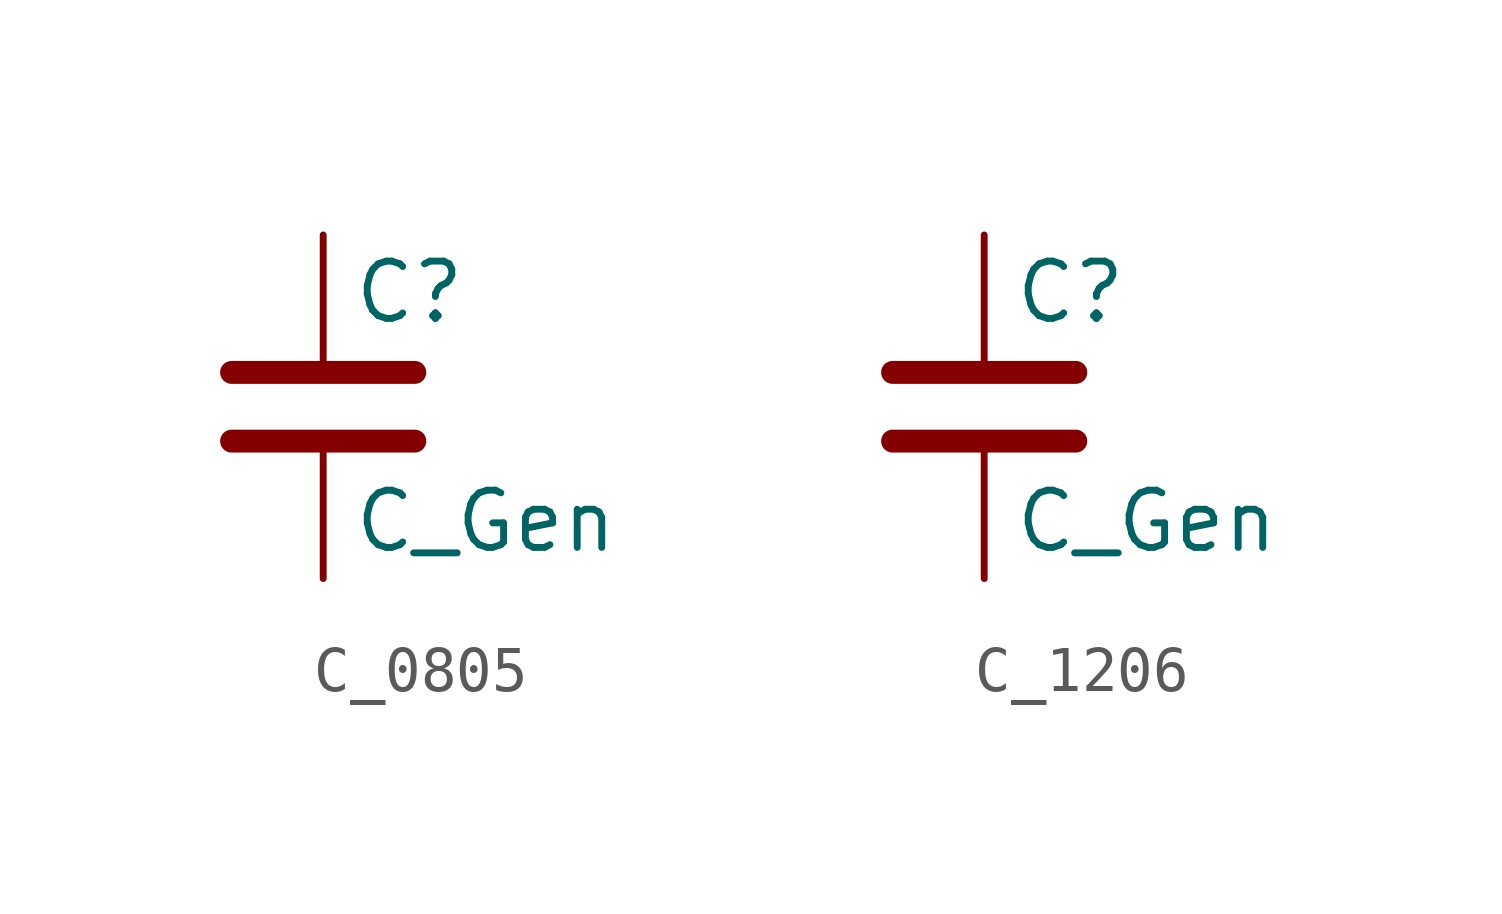
<source format=kicad_sym>
(kicad_symbol_lib
  (version 20241209)
  (generator "kicad_symbol_editor")
  (generator_version "9.0")
  (symbol "C_0805"
    (pin_numbers
      (hide yes))
    (pin_names
      (offset 0.254))
    (property "Reference" "C"
      (at 0.635 2.54 0)
      (effects (font (size 1.27 1.27)) (justify left)))
    (property "Value" "C_Gen"
      (at 0.635 -2.54 0)
      (effects (font (size 1.27 1.27)) (justify left)))
    (symbol "C_0805_0_1"
      (polyline (pts (xy -2.032 0.762) (xy 2.032 0.762)) (stroke (width 0.508) (type default)) (fill (type none)))
      (polyline (pts (xy -2.032 -0.762) (xy 2.032 -0.762)) (stroke (width 0.508) (type default)) (fill (type none))))
    (symbol "C_0805_1_1"
      (pin passive line (at 0 3.81 270) (length 2.794) (name "~" (effects (font (size 1.27 1.27)))) (number "1" (effects (font (size 1.27 1.27)))))
      (pin passive line (at 0 -3.81 90) (length 2.794) (name "~" (effects (font (size 1.27 1.27)))) (number "2" (effects (font (size 1.27 1.27)))))))
  (symbol "C_1206"
    (pin_numbers
      (hide yes))
    (pin_names
      (offset 0.254))
    (property "Reference" "C"
      (at 0.635 2.54 0)
      (effects (font (size 1.27 1.27)) (justify left)))
    (property "Value" "C_Gen"
      (at 0.635 -2.54 0)
      (effects (font (size 1.27 1.27)) (justify left)))
    (property "Field5" ""
      (at 0 0 0)
      (effects (font (size 1.27 1.27))))
    (symbol "C_1206_0_1"
      (polyline (pts (xy -2.032 0.762) (xy 2.032 0.762)) (stroke (width 0.508) (type default)) (fill (type none)))
      (polyline (pts (xy -2.032 -0.762) (xy 2.032 -0.762)) (stroke (width 0.508) (type default)) (fill (type none))))
    (symbol "C_1206_1_1"
      (pin passive line (at 0 3.81 270) (length 2.794) (name "~" (effects (font (size 1.27 1.27)))) (number "1" (effects (font (size 1.27 1.27)))))
      (pin passive line (at 0 -3.81 90) (length 2.794) (name "~" (effects (font (size 1.27 1.27)))) (number "2" (effects (font (size 1.27 1.27))))))))
</source>
